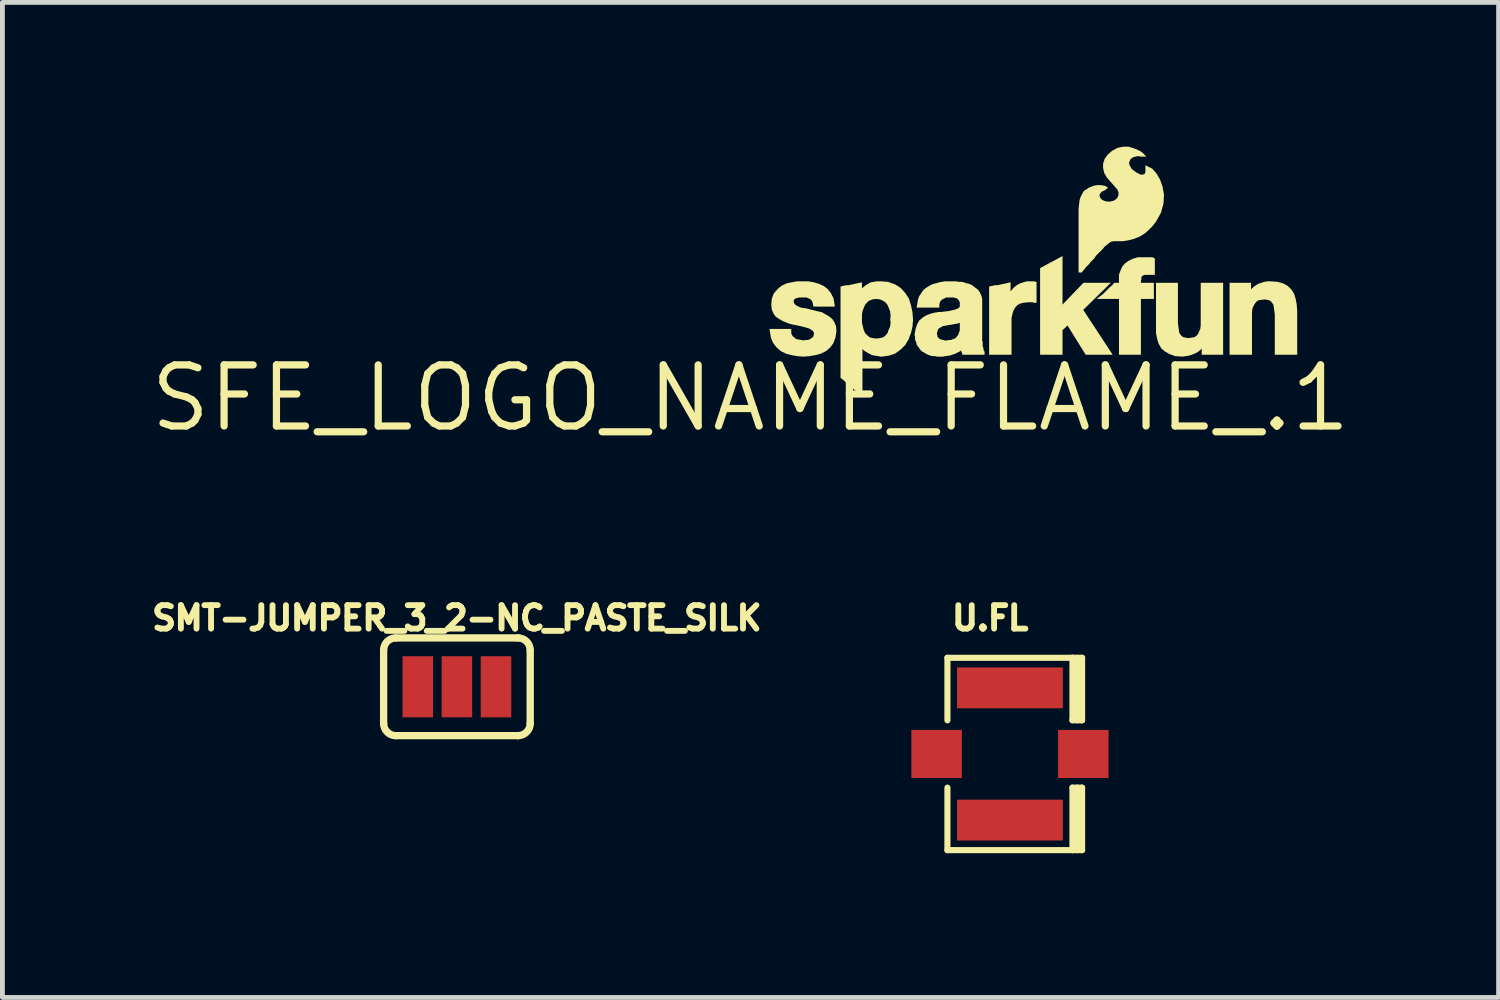
<source format=kicad_pcb>
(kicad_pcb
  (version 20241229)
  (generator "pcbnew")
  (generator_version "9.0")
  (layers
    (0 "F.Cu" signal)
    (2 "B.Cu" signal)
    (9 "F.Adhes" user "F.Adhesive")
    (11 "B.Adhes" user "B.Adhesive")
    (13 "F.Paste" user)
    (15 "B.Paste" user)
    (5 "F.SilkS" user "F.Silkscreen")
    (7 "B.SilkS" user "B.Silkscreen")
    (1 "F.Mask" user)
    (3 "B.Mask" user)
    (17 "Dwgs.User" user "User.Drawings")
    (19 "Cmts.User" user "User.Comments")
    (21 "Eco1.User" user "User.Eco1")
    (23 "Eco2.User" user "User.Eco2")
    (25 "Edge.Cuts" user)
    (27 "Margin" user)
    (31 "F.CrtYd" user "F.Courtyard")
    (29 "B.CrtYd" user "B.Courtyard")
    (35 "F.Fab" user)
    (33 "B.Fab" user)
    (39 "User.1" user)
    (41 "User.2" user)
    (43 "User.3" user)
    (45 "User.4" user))
  (footprint "SMT-JUMPER_3_2-NC_PASTE_SILK"
    (layer "F.Cu")
    (at 6.451 11.231)
    (property "Reference" "SMT-JUMPER_3_2-NC_PASTE_SILK" (at 0 -1.143 0) (layer "F.SilkS") (effects (font (size 0.488 0.488) (thickness 0.122)) (justify bottom)))
    (fp_line (start -1.524 0.762) (end -1.524 -0.762) (stroke (width 0.152) (type solid)) (layer "F.SilkS"))
    (fp_line (start -1.27 -1.016) (end 1.27 -1.016) (stroke (width 0.152) (type solid)) (layer "F.SilkS"))
    (fp_line (start 1.27 1.016) (end -1.27 1.016) (stroke (width 0.152) (type solid)) (layer "F.SilkS"))
    (fp_line (start 1.524 0.762) (end 1.524 -0.762) (stroke (width 0.152) (type solid)) (layer "F.SilkS"))
    (fp_arc (start -1.524 -0.762) (mid -1.449605 -0.941605) (end -1.27 -1.016) (stroke (width 0.1524) (type solid)) (layer "F.SilkS"))
    (fp_arc (start -1.27 1.016) (mid -1.449605 0.941605) (end -1.524 0.762) (stroke (width 0.1524) (type solid)) (layer "F.SilkS"))
    (fp_arc (start 1.27 -1.016) (mid 1.449605 -0.941605) (end 1.524 -0.762) (stroke (width 0.1524) (type solid)) (layer "F.SilkS"))
    (fp_arc (start 1.524 0.762) (mid 1.449605 0.941605) (end 1.27 1.016) (stroke (width 0.1524) (type solid)) (layer "F.SilkS"))
    (fp_poly (pts (xy -1.651 1.118) (xy 1.651 1.118) (xy 1.651 -1.118) (xy -1.651 -1.118)) (stroke (width 0) (type solid)) (fill yes) (layer "F.Paste"))
    (pad "1" smd rect (at -0.813 0) (size 0.635 1.27) (layers "F.Cu" "F.Mask"))
    (pad "2" smd rect (at 0 0) (size 0.635 1.27) (layers "F.Cu" "F.Mask"))
    (pad "3" smd rect (at 0.813 0) (size 0.635 1.27) (layers "F.Cu" "F.Mask")))
  (footprint "U.FL"
    (layer "F.Cu")
    (at 17.951 12.628)
    (property "Reference" "U.FL" (at -1.27 -2.54 0) (layer "F.SilkS") (effects (font (size 0.488 0.488) (thickness 0.122)) (justify left bottom)))
    (fp_line (start -1.3 -0.7) (end -1.3 -2) (stroke (width 0.127) (type solid)) (layer "F.SilkS"))
    (fp_line (start -1.3 2) (end -1.3 0.7) (stroke (width 0.127) (type solid)) (layer "F.SilkS"))
    (fp_line (start -1.3 2) (end 1.3 2) (stroke (width 0.127) (type solid)) (layer "F.SilkS"))
    (fp_line (start 1.3 -2) (end -1.3 -2) (stroke (width 0.127) (type solid)) (layer "F.SilkS"))
    (fp_line (start 1.3 -0.7) (end 1.3 -2) (stroke (width 0.127) (type solid)) (layer "F.SilkS"))
    (fp_line (start 1.3 2) (end 1.3 0.7) (stroke (width 0.127) (type solid)) (layer "F.SilkS"))
    (fp_line (start 1.4 -0.7) (end 1.4 -2) (stroke (width 0.127) (type solid)) (layer "F.SilkS"))
    (fp_line (start 1.4 2) (end 1.4 0.7) (stroke (width 0.127) (type solid)) (layer "F.SilkS"))
    (fp_line (start 1.5 -2) (end 1.3 -2) (stroke (width 0.127) (type solid)) (layer "F.SilkS"))
    (fp_line (start 1.5 -0.7) (end 1.3 -0.7) (stroke (width 0.127) (type solid)) (layer "F.SilkS"))
    (fp_line (start 1.5 -0.7) (end 1.5 -2) (stroke (width 0.127) (type solid)) (layer "F.SilkS"))
    (fp_line (start 1.5 0.7) (end 1.3 0.7) (stroke (width 0.127) (type solid)) (layer "F.SilkS"))
    (fp_line (start 1.5 2) (end 1.3 2) (stroke (width 0.127) (type solid)) (layer "F.SilkS"))
    (fp_line (start 1.5 2) (end 1.5 0.7) (stroke (width 0.127) (type solid)) (layer "F.SilkS"))
    (pad "1" smd rect (at 0 -1.375) (size 2.2 0.85) (layers "F.Cu" "F.Mask" "F.Paste"))
    (pad "2" smd rect (at 0 1.375) (size 2.2 0.85) (layers "F.Cu" "F.Mask" "F.Paste"))
    (pad "FEED" smd rect (at 1.525 0) (size 1.05 1) (layers "F.Cu" "F.Mask" "F.Paste"))
    (pad "NC" smd rect (at -1.525 0) (size 1.05 1) (layers "F.Cu" "F.Mask" "F.Paste")))
  (footprint "SFE_LOGO_NAME_FLAME_.1"
    (layer "F.Cu")
    (at 12.556 5.228)
    (property "Reference" "SFE_LOGO_NAME_FLAME_.1" (at 0 0 0) (layer "F.SilkS") (effects (font (size 1.27 1.27) (thickness 0.15))))
    (fp_poly (pts (xy 3.381 -1.667) (xy 3.368 -1.484) (xy 3.336 -1.348) (xy 3.27 -1.189) (xy 2.862 -1.38) (xy 2.903 -1.489) (xy 2.912 -1.562) (xy 2.912 -1.679)) (stroke (width 0) (type solid)) (fill yes) (layer "F.SilkS"))
    (fp_poly (pts (xy 6.488 -1.945) (xy 6.924 -2.398) (xy 7.493 -2.398) (xy 6.919 -1.835) (xy 7.531 -0.902) (xy 6.969 -0.902) (xy 6.592 -1.51) (xy 6.488 -1.413) (xy 6.488 -0.902) (xy 6.022 -0.902) (xy 6.022 -2.703) (xy 6.488 -2.954)) (stroke (width 0) (type solid)) (fill yes) (layer "F.SilkS"))
    (fp_poly (pts (xy 4.274 -1.56) (xy 4.219 -1.532) (xy 4.196 -1.532) (xy 4.166 -1.522) (xy 4.126 -1.522) (xy 4.096 -1.512) (xy 4.059 -1.512) (xy 4.039 -1.502) (xy 3.984 -1.502) (xy 3.877 -1.782) (xy 4.016 -1.798) (xy 4.105 -1.808) (xy 4.209 -1.823)) (stroke (width 0) (type solid)) (fill yes) (layer "F.SilkS"))
    (fp_poly (pts (xy 8.408 -2.904) (xy 8.408 -2.562) (xy 8.205 -2.562) (xy 8.173 -2.554) (xy 8.146 -2.54) (xy 8.133 -2.521) (xy 8.128 -2.511) (xy 8.128 -2.475) (xy 8.118 -2.435) (xy 8.118 -2.398) (xy 8.388 -2.398) (xy 8.388 -2.062) (xy 8.118 -2.062) (xy 8.118 -0.902) (xy 7.662 -0.902) (xy 7.662 -2.062) (xy 7.196 -2.062) (xy 7.325 -2.159) (xy 7.453 -2.287) (xy 7.485 -2.319) (xy 7.523 -2.347) (xy 7.561 -2.398) (xy 7.662 -2.398) (xy 7.662 -2.567) (xy 7.695 -2.654) (xy 7.727 -2.73) (xy 7.784 -2.798) (xy 7.86 -2.853) (xy 7.946 -2.896) (xy 8.054 -2.928) (xy 8.359 -2.928)) (stroke (width 0) (type solid)) (fill yes) (layer "F.SilkS"))
    (fp_poly (pts (xy 5.916 -2.418) (xy 5.948 -2.418) (xy 5.948 -1.982) (xy 5.891 -1.982) (xy 5.871 -1.992) (xy 5.772 -1.992) (xy 5.677 -1.982) (xy 5.604 -1.964) (xy 5.545 -1.93) (xy 5.501 -1.878) (xy 5.465 -1.815) (xy 5.447 -1.751) (xy 5.428 -1.666) (xy 5.428 -0.902) (xy 4.962 -0.902) (xy 4.962 -2.321) (xy 5.042 -2.337) (xy 5.085 -2.348) (xy 5.136 -2.348) (xy 5.182 -2.357) (xy 5.222 -2.367) (xy 5.273 -2.377) (xy 5.322 -2.387) (xy 5.408 -2.409) (xy 5.408 -2.219) (xy 5.42 -2.234) (xy 5.473 -2.297) (xy 5.529 -2.342) (xy 5.604 -2.385) (xy 5.669 -2.406) (xy 5.745 -2.428) (xy 5.906 -2.428)) (stroke (width 0) (type solid)) (fill yes) (layer "F.SilkS"))
    (fp_poly (pts (xy 8.888 -1.562) (xy 8.908 -1.406) (xy 8.916 -1.355) (xy 8.966 -1.289) (xy 9.004 -1.266) (xy 9.047 -1.257) (xy 9.101 -1.248) (xy 9.174 -1.258) (xy 9.227 -1.266) (xy 9.266 -1.29) (xy 9.299 -1.323) (xy 9.325 -1.376) (xy 9.353 -1.44) (xy 9.362 -1.512) (xy 9.362 -2.398) (xy 9.828 -2.398) (xy 9.828 -0.902) (xy 9.382 -0.902) (xy 9.382 -1.034) (xy 9.357 -1.003) (xy 9.301 -0.958) (xy 9.236 -0.925) (xy 9.183 -0.904) (xy 9.119 -0.883) (xy 9.046 -0.872) (xy 8.982 -0.862) (xy 8.832 -0.872) (xy 8.714 -0.915) (xy 8.618 -0.969) (xy 8.54 -1.036) (xy 8.485 -1.135) (xy 8.453 -1.241) (xy 8.432 -1.357) (xy 8.432 -2.398) (xy 8.888 -2.398)) (stroke (width 0) (type solid)) (fill yes) (layer "F.SilkS"))
    (fp_poly (pts (xy 10.956 -2.418) (xy 11.074 -2.386) (xy 11.173 -2.331) (xy 11.25 -2.254) (xy 11.305 -2.166) (xy 11.337 -2.059) (xy 11.358 -1.945) (xy 11.368 -1.811) (xy 11.368 -0.902) (xy 10.902 -0.902) (xy 10.902 -1.738) (xy 10.892 -1.815) (xy 10.882 -1.884) (xy 10.874 -1.937) (xy 10.848 -1.979) (xy 10.824 -2.011) (xy 10.786 -2.034) (xy 10.743 -2.043) (xy 10.689 -2.052) (xy 10.616 -2.042) (xy 10.563 -2.034) (xy 10.525 -2.011) (xy 10.491 -1.968) (xy 10.464 -1.923) (xy 10.437 -1.86) (xy 10.428 -1.778) (xy 10.428 -0.902) (xy 9.962 -0.902) (xy 9.962 -2.398) (xy 10.408 -2.398) (xy 10.408 -2.262) (xy 10.435 -2.288) (xy 10.487 -2.331) (xy 10.553 -2.375) (xy 10.618 -2.396) (xy 10.681 -2.417) (xy 10.747 -2.428) (xy 10.811 -2.428)) (stroke (width 0) (type solid)) (fill yes) (layer "F.SilkS"))
    (fp_poly (pts (xy 2.858 -2.418) (xy 3.007 -2.364) (xy 3.125 -2.289) (xy 3.22 -2.183) (xy 3.295 -2.066) (xy 3.337 -1.93) (xy 3.368 -1.785) (xy 3.381 -1.591) (xy 2.912 -1.603) (xy 2.912 -1.728) (xy 2.903 -1.801) (xy 2.875 -1.876) (xy 2.847 -1.94) (xy 2.804 -1.991) (xy 2.752 -2.026) (xy 2.69 -2.053) (xy 2.61 -2.062) (xy 2.539 -2.053) (xy 2.469 -2.026) (xy 2.427 -1.993) (xy 2.383 -1.94) (xy 2.355 -1.876) (xy 2.327 -1.801) (xy 2.318 -1.728) (xy 2.318 -1.565) (xy 2.356 -1.412) (xy 2.382 -1.352) (xy 2.426 -1.308) (xy 2.478 -1.264) (xy 2.537 -1.248) (xy 2.62 -1.238) (xy 2.693 -1.248) (xy 2.762 -1.265) (xy 2.813 -1.307) (xy 2.847 -1.35) (xy 2.891 -1.451) (xy 3.303 -1.257) (xy 3.221 -1.107) (xy 3.125 -1.011) (xy 3.008 -0.926) (xy 2.879 -0.883) (xy 2.719 -0.861) (xy 2.654 -0.872) (xy 2.594 -0.882) (xy 2.528 -0.893) (xy 2.462 -0.927) (xy 2.41 -0.957) (xy 2.355 -0.991) (xy 2.328 -1.024) (xy 2.328 -0.008) (xy 2.175 -0.162) (xy 2.076 -0.24) (xy 2.025 -0.282) (xy 1.935 -0.372) (xy 1.872 -0.422) (xy 1.872 -2.32) (xy 1.942 -2.337) (xy 1.996 -2.348) (xy 2.045 -2.348) (xy 2.082 -2.357) (xy 2.132 -2.367) (xy 2.172 -2.377) (xy 2.223 -2.387) (xy 2.318 -2.406) (xy 2.318 -2.282) (xy 2.335 -2.298) (xy 2.388 -2.341) (xy 2.44 -2.373) (xy 2.497 -2.406) (xy 2.564 -2.418) (xy 2.627 -2.428) (xy 2.701 -2.428)) (stroke (width 0) (type solid)) (fill yes) (layer "F.SilkS"))
    (fp_poly (pts (xy 1.319 -2.407) (xy 1.423 -2.376) (xy 1.519 -2.333) (xy 1.607 -2.267) (xy 1.673 -2.18) (xy 1.727 -2.072) (xy 1.755 -1.902) (xy 1.309 -1.902) (xy 1.293 -1.979) (xy 1.276 -2.022) (xy 1.263 -2.043) (xy 1.241 -2.057) (xy 1.204 -2.075) (xy 1.163 -2.092) (xy 1.006 -2.092) (xy 0.981 -2.083) (xy 0.941 -2.073) (xy 0.924 -2.068) (xy 0.898 -2.028) (xy 0.898 -2.005) (xy 0.905 -1.977) (xy 0.927 -1.947) (xy 0.96 -1.923) (xy 1.015 -1.895) (xy 1.068 -1.877) (xy 1.147 -1.868) (xy 1.389 -1.807) (xy 1.484 -1.786) (xy 1.559 -1.743) (xy 1.632 -1.701) (xy 1.699 -1.646) (xy 1.744 -1.578) (xy 1.777 -1.5) (xy 1.788 -1.399) (xy 1.767 -1.261) (xy 1.724 -1.142) (xy 1.658 -1.054) (xy 1.571 -0.978) (xy 1.464 -0.924) (xy 1.348 -0.893) (xy 1.225 -0.872) (xy 1.1 -0.862) (xy 0.975 -0.872) (xy 0.852 -0.893) (xy 0.736 -0.924) (xy 0.629 -0.978) (xy 0.542 -1.054) (xy 0.467 -1.151) (xy 0.423 -1.26) (xy 0.396 -1.438) (xy 0.848 -1.438) (xy 0.848 -1.347) (xy 0.864 -1.309) (xy 0.887 -1.277) (xy 0.955 -1.226) (xy 1.007 -1.217) (xy 1.057 -1.207) (xy 1.108 -1.199) (xy 1.145 -1.208) (xy 1.185 -1.208) (xy 1.217 -1.216) (xy 1.25 -1.233) (xy 1.285 -1.259) (xy 1.306 -1.279) (xy 1.321 -1.34) (xy 1.314 -1.367) (xy 1.3 -1.395) (xy 1.269 -1.418) (xy 1.224 -1.445) (xy 1.169 -1.463) (xy 1.012 -1.503) (xy 0.912 -1.523) (xy 0.819 -1.543) (xy 0.736 -1.575) (xy 0.663 -1.606) (xy 0.59 -1.648) (xy 0.523 -1.693) (xy 0.476 -1.762) (xy 0.443 -1.84) (xy 0.432 -1.939) (xy 0.443 -2.069) (xy 0.487 -2.18) (xy 0.563 -2.267) (xy 0.639 -2.332) (xy 0.748 -2.386) (xy 0.853 -2.407) (xy 0.967 -2.428) (xy 1.203 -2.428)) (stroke (width 0) (type solid)) (fill yes) (layer "F.SilkS"))
    (fp_poly (pts (xy 7.963 -5.196) (xy 8.045 -5.165) (xy 8.11 -5.133) (xy 8.155 -5.099) (xy 8.232 -5.022) (xy 8.104 -5.022) (xy 8.074 -5.032) (xy 8.055 -5.032) (xy 8.018 -5.023) (xy 7.972 -5.014) (xy 7.94 -4.997) (xy 7.908 -4.973) (xy 7.895 -4.953) (xy 7.885 -4.925) (xy 7.875 -4.905) (xy 7.87 -4.89) (xy 7.877 -4.871) (xy 7.885 -4.836) (xy 7.903 -4.809) (xy 7.921 -4.773) (xy 7.944 -4.75) (xy 7.972 -4.731) (xy 8.012 -4.701) (xy 8.039 -4.683) (xy 8.109 -4.648) (xy 8.164 -4.648) (xy 8.183 -4.655) (xy 8.198 -4.664) (xy 8.212 -4.706) (xy 8.212 -4.842) (xy 8.354 -4.771) (xy 8.441 -4.672) (xy 8.515 -4.546) (xy 8.567 -4.4) (xy 8.598 -4.232) (xy 8.588 -4.044) (xy 8.536 -3.855) (xy 8.432 -3.669) (xy 8.359 -3.575) (xy 8.276 -3.492) (xy 8.193 -3.419) (xy 8.087 -3.356) (xy 7.982 -3.314) (xy 7.868 -3.283) (xy 7.743 -3.262) (xy 7.553 -3.262) (xy 7.503 -3.254) (xy 7.462 -3.229) (xy 7.367 -3.153) (xy 7.318 -3.094) (xy 7.189 -2.965) (xy 7.139 -2.895) (xy 7.078 -2.834) (xy 7.028 -2.774) (xy 6.979 -2.725) (xy 6.949 -2.685) (xy 6.92 -2.656) (xy 6.89 -2.612) (xy 6.822 -2.612) (xy 6.822 -3.932) (xy 6.832 -4.024) (xy 6.843 -4.118) (xy 6.865 -4.185) (xy 6.897 -4.248) (xy 6.932 -4.308) (xy 6.989 -4.342) (xy 7.031 -4.374) (xy 7.086 -4.395) (xy 7.14 -4.417) (xy 7.207 -4.428) (xy 7.295 -4.428) (xy 7.335 -4.418) (xy 7.359 -4.418) (xy 7.434 -4.38) (xy 7.383 -4.329) (xy 7.335 -4.305) (xy 7.311 -4.297) (xy 7.28 -4.266) (xy 7.265 -4.243) (xy 7.258 -4.224) (xy 7.258 -4.206) (xy 7.265 -4.185) (xy 7.281 -4.153) (xy 7.304 -4.13) (xy 7.328 -4.114) (xy 7.371 -4.097) (xy 7.414 -4.088) (xy 7.485 -4.088) (xy 7.554 -4.105) (xy 7.604 -4.138) (xy 7.636 -4.178) (xy 7.652 -4.226) (xy 7.652 -4.282) (xy 7.627 -4.339) (xy 7.561 -4.415) (xy 7.481 -4.505) (xy 7.409 -4.588) (xy 7.354 -4.686) (xy 7.332 -4.786) (xy 7.332 -4.876) (xy 7.366 -4.977) (xy 7.421 -5.056) (xy 7.518 -5.141) (xy 7.637 -5.206) (xy 7.757 -5.228) (xy 7.866 -5.228)) (stroke (width 0) (type solid)) (fill yes) (layer "F.SilkS"))
    (fp_poly (pts (xy 4.324 -2.418) (xy 4.384 -2.418) (xy 4.441 -2.407) (xy 4.491 -2.387) (xy 4.541 -2.377) (xy 4.599 -2.354) (xy 4.643 -2.32) (xy 4.683 -2.29) (xy 4.727 -2.257) (xy 4.763 -2.21) (xy 4.785 -2.166) (xy 4.807 -2.111) (xy 4.818 -2.054) (xy 4.818 -1.189) (xy 4.828 -1.169) (xy 4.828 -1.079) (xy 4.838 -1.059) (xy 4.838 -1.039) (xy 4.848 -1.019) (xy 4.848 -0.989) (xy 4.851 -0.983) (xy 4.868 -0.966) (xy 4.868 -0.902) (xy 4.402 -0.902) (xy 4.402 -0.934) (xy 4.392 -0.944) (xy 4.392 -0.954) (xy 4.382 -0.964) (xy 4.382 -0.994) (xy 4.38 -0.996) (xy 4.364 -0.98) (xy 4.327 -0.955) (xy 4.297 -0.945) (xy 4.267 -0.925) (xy 4.232 -0.914) (xy 4.136 -0.882) (xy 4.106 -0.882) (xy 4.076 -0.872) (xy 4.036 -0.872) (xy 4.006 -0.862) (xy 3.886 -0.862) (xy 3.836 -0.872) (xy 3.785 -0.872) (xy 3.738 -0.884) (xy 3.684 -0.905) (xy 3.641 -0.927) (xy 3.611 -0.947) (xy 3.567 -0.969) (xy 3.53 -1.006) (xy 3.509 -1.038) (xy 3.479 -1.078) (xy 3.454 -1.115) (xy 3.444 -1.168) (xy 3.422 -1.211) (xy 3.422 -1.266) (xy 3.411 -1.32) (xy 3.433 -1.439) (xy 3.465 -1.536) (xy 3.51 -1.615) (xy 3.588 -1.681) (xy 3.664 -1.725) (xy 3.749 -1.756) (xy 3.833 -1.778) (xy 3.955 -1.791) (xy 4.06 -1.516) (xy 3.995 -1.495) (xy 3.983 -1.489) (xy 3.973 -1.479) (xy 3.933 -1.459) (xy 3.923 -1.449) (xy 3.908 -1.442) (xy 3.888 -1.401) (xy 3.888 -1.381) (xy 3.878 -1.361) (xy 3.878 -1.326) (xy 3.888 -1.296) (xy 3.888 -1.279) (xy 3.891 -1.273) (xy 3.901 -1.263) (xy 3.908 -1.248) (xy 3.923 -1.241) (xy 3.933 -1.231) (xy 3.959 -1.218) (xy 3.979 -1.218) (xy 3.999 -1.208) (xy 4.019 -1.208) (xy 4.039 -1.198) (xy 4.076 -1.198) (xy 4.126 -1.208) (xy 4.171 -1.208) (xy 4.207 -1.226) (xy 4.244 -1.235) (xy 4.266 -1.25) (xy 4.28 -1.264) (xy 4.3 -1.294) (xy 4.317 -1.311) (xy 4.324 -1.332) (xy 4.335 -1.365) (xy 4.345 -1.385) (xy 4.352 -1.406) (xy 4.352 -1.568) (xy 4.347 -1.566) (xy 4.319 -1.552) (xy 4.299 -1.552) (xy 4.279 -1.542) (xy 4.2 -1.542) (xy 4.134 -1.807) (xy 4.239 -1.836) (xy 4.294 -1.855) (xy 4.334 -1.879) (xy 4.352 -1.903) (xy 4.352 -1.991) (xy 4.329 -2.037) (xy 4.319 -2.047) (xy 4.312 -2.062) (xy 4.271 -2.082) (xy 4.251 -2.082) (xy 4.231 -2.092) (xy 4.069 -2.092) (xy 3.983 -2.049) (xy 3.951 -2.017) (xy 3.945 -2.005) (xy 3.935 -1.975) (xy 3.928 -1.961) (xy 3.928 -1.882) (xy 3.455 -1.882) (xy 3.472 -1.986) (xy 3.483 -2.049) (xy 3.506 -2.118) (xy 3.538 -2.161) (xy 3.568 -2.211) (xy 3.603 -2.257) (xy 3.649 -2.292) (xy 3.7 -2.323) (xy 3.753 -2.354) (xy 3.809 -2.377) (xy 3.86 -2.387) (xy 3.921 -2.407) (xy 3.983 -2.417) (xy 4.036 -2.428) (xy 4.274 -2.428)) (stroke (width 0) (type solid)) (fill yes) (layer "F.SilkS")))
  (gr_rect
    (start -3 -3)
    (end 28.112 17.691)
    (stroke (width 0.1) (type default))
    (fill no)
    (layer "Edge.Cuts")))
</source>
